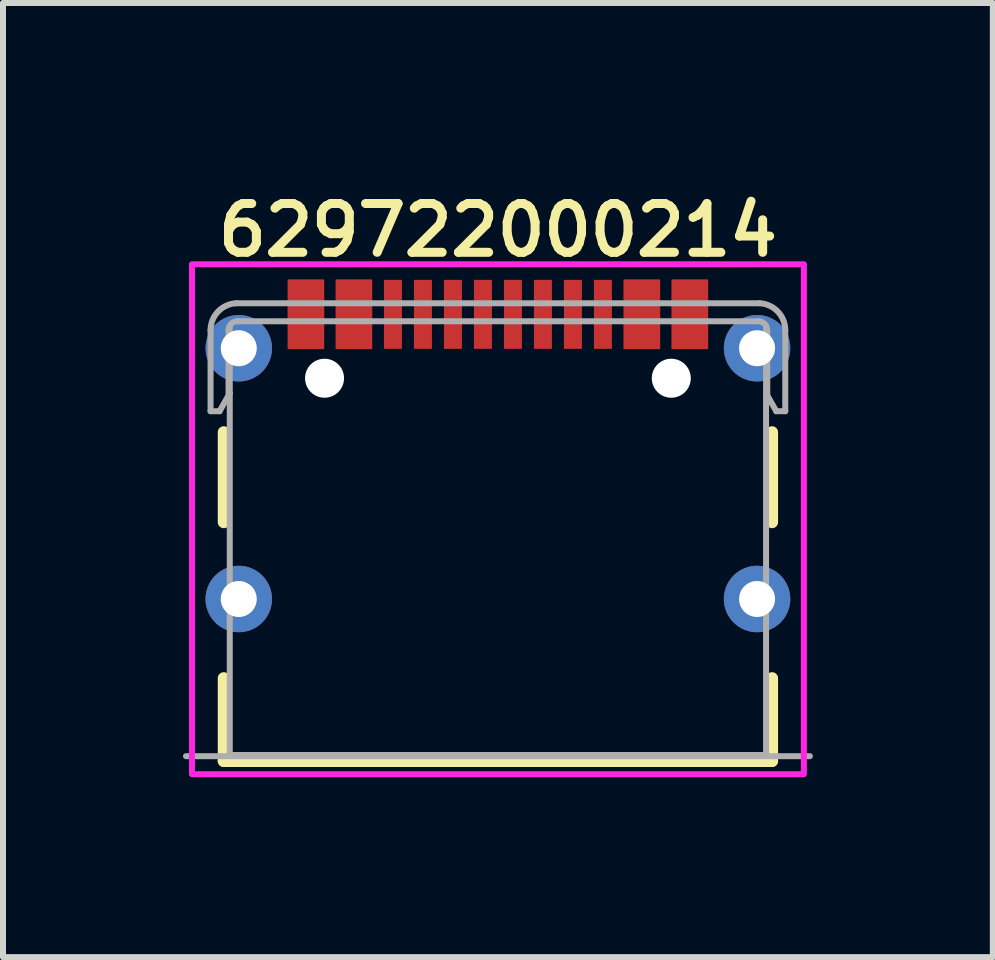
<source format=kicad_pcb>
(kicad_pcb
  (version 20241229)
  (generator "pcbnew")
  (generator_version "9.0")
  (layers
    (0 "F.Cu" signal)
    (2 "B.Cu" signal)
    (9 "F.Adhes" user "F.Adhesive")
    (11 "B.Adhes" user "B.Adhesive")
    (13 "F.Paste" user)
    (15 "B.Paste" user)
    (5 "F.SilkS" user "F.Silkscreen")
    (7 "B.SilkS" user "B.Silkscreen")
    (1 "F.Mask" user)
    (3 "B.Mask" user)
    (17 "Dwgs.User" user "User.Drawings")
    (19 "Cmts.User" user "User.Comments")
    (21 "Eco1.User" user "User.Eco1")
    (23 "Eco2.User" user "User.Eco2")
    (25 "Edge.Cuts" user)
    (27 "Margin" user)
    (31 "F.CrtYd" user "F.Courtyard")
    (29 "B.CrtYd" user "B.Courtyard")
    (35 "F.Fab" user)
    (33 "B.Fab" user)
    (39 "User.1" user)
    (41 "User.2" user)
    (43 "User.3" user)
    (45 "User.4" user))
  (footprint "629722000214"
    (layer "F.Cu")
    (at 5.25 6.935)
    (property "Reference" "629722000214" (at 0 -5.672 0) (layer "F.SilkS") (effects (font (size 0.813 0.813) (thickness 0.15)) (justify bottom)))
    (fp_poly (pts (xy -3.5 -5.32) (xy -3.5 -4.17) (xy -2.9 -4.17) (xy -2.9 -5.32) (xy -3.5 -5.32)) (stroke (width 0.01) (type solid)) (fill yes) (layer "F.Cu"))
    (fp_poly (pts (xy -2.7 -5.32) (xy -2.7 -4.17) (xy -2.1 -4.17) (xy -2.1 -5.32) (xy -2.7 -5.32)) (stroke (width 0.01) (type solid)) (fill yes) (layer "F.Cu"))
    (fp_poly (pts (xy 2.1 -5.32) (xy 2.1 -4.17) (xy 2.7 -4.17) (xy 2.7 -5.32) (xy 2.1 -5.32)) (stroke (width 0.01) (type solid)) (fill yes) (layer "F.Cu"))
    (fp_poly (pts (xy 2.9 -5.32) (xy 2.9 -4.17) (xy 3.5 -4.17) (xy 3.5 -5.32) (xy 2.9 -5.32)) (stroke (width 0.01) (type solid)) (fill yes) (layer "F.Cu"))
    (fp_poly (pts (xy -3.6 -5.42) (xy -3.6 -4.07) (xy -2.8 -4.07) (xy -2.8 -5.42) (xy -3.6 -5.42)) (stroke (width 0.01) (type solid)) (fill yes) (layer "F.Mask"))
    (fp_poly (pts (xy -2.8 -5.42) (xy -2.8 -4.07) (xy -2 -4.07) (xy -2 -5.42) (xy -2.8 -5.42)) (stroke (width 0.01) (type solid)) (fill yes) (layer "F.Mask"))
    (fp_poly (pts (xy 2 -5.42) (xy 2 -4.07) (xy 2.8 -4.07) (xy 2.8 -5.42) (xy 2 -5.42)) (stroke (width 0.01) (type solid)) (fill yes) (layer "F.Mask"))
    (fp_poly (pts (xy 2.8 -5.42) (xy 2.8 -4.07) (xy 3.6 -4.07) (xy 3.6 -5.42) (xy 2.8 -5.42)) (stroke (width 0.01) (type solid)) (fill yes) (layer "F.Mask"))
    (fp_poly (pts (xy -3.72 -3.63) (xy -3.721 -3.604) (xy -3.725 -3.552) (xy -3.734 -3.5) (xy -3.748 -3.45) (xy -3.766 -3.4) (xy -3.788 -3.353) (xy -3.814 -3.308) (xy -3.844 -3.265) (xy -3.878 -3.225) (xy -3.915 -3.188) (xy -3.955 -3.154) (xy -3.998 -3.124) (xy -4.043 -3.098) (xy -4.09 -3.076) (xy -4.14 -3.058) (xy -4.19 -3.044) (xy -4.242 -3.035) (xy -4.294 -3.031) (xy -4.346 -3.031) (xy -4.398 -3.035) (xy -4.45 -3.044) (xy -4.5 -3.058) (xy -4.55 -3.076) (xy -4.597 -3.098) (xy -4.642 -3.124) (xy -4.685 -3.154) (xy -4.725 -3.188) (xy -4.762 -3.225) (xy -4.796 -3.265) (xy -4.826 -3.308) (xy -4.852 -3.353) (xy -4.874 -3.4) (xy -4.892 -3.45) (xy -4.906 -3.5) (xy -4.915 -3.552) (xy -4.92 -3.63) (xy -4.92 -4.73) (xy -4.919 -4.756) (xy -4.915 -4.808) (xy -4.906 -4.86) (xy -4.892 -4.91) (xy -4.874 -4.96) (xy -4.852 -5.007) (xy -4.826 -5.052) (xy -4.796 -5.095) (xy -4.762 -5.135) (xy -4.725 -5.172) (xy -4.685 -5.206) (xy -4.642 -5.236) (xy -4.597 -5.262) (xy -4.55 -5.284) (xy -4.5 -5.302) (xy -4.45 -5.316) (xy -4.398 -5.325) (xy -4.346 -5.329) (xy -4.294 -5.329) (xy -4.242 -5.325) (xy -4.19 -5.316) (xy -4.14 -5.302) (xy -4.09 -5.284) (xy -4.043 -5.262) (xy -3.998 -5.236) (xy -3.955 -5.206) (xy -3.915 -5.172) (xy -3.878 -5.135) (xy -3.844 -5.095) (xy -3.814 -5.052) (xy -3.788 -5.007) (xy -3.766 -4.96) (xy -3.748 -4.91) (xy -3.734 -4.86) (xy -3.725 -4.808) (xy -3.72 -4.73) (xy -3.72 -3.63)) (stroke (width 0.1) (type solid)) (fill yes) (layer "F.Mask"))
    (fp_poly (pts (xy -3.72 0.4) (xy -3.721 0.426) (xy -3.725 0.478) (xy -3.734 0.53) (xy -3.748 0.58) (xy -3.766 0.63) (xy -3.788 0.677) (xy -3.814 0.722) (xy -3.844 0.765) (xy -3.878 0.805) (xy -3.915 0.842) (xy -3.955 0.876) (xy -3.998 0.906) (xy -4.043 0.932) (xy -4.09 0.954) (xy -4.14 0.972) (xy -4.19 0.986) (xy -4.242 0.995) (xy -4.294 0.999) (xy -4.346 0.999) (xy -4.398 0.995) (xy -4.45 0.986) (xy -4.5 0.972) (xy -4.55 0.954) (xy -4.597 0.932) (xy -4.642 0.906) (xy -4.685 0.876) (xy -4.725 0.842) (xy -4.762 0.805) (xy -4.796 0.765) (xy -4.826 0.722) (xy -4.852 0.677) (xy -4.874 0.63) (xy -4.892 0.58) (xy -4.906 0.53) (xy -4.915 0.478) (xy -4.92 0.4) (xy -4.92 -0.4) (xy -4.919 -0.426) (xy -4.915 -0.478) (xy -4.906 -0.53) (xy -4.892 -0.58) (xy -4.874 -0.63) (xy -4.852 -0.677) (xy -4.826 -0.722) (xy -4.796 -0.765) (xy -4.762 -0.805) (xy -4.725 -0.842) (xy -4.685 -0.876) (xy -4.642 -0.906) (xy -4.597 -0.932) (xy -4.55 -0.954) (xy -4.5 -0.972) (xy -4.45 -0.986) (xy -4.398 -0.995) (xy -4.346 -0.999) (xy -4.294 -0.999) (xy -4.242 -0.995) (xy -4.19 -0.986) (xy -4.14 -0.972) (xy -4.09 -0.954) (xy -4.043 -0.932) (xy -3.998 -0.906) (xy -3.955 -0.876) (xy -3.915 -0.842) (xy -3.878 -0.805) (xy -3.844 -0.765) (xy -3.814 -0.722) (xy -3.788 -0.677) (xy -3.766 -0.63) (xy -3.748 -0.58) (xy -3.734 -0.53) (xy -3.725 -0.478) (xy -3.72 -0.4) (xy -3.72 0.4)) (stroke (width 0.1) (type solid)) (fill yes) (layer "F.Mask"))
    (fp_poly (pts (xy 3.72 -3.63) (xy 3.725 -3.552) (xy 3.734 -3.5) (xy 3.748 -3.45) (xy 3.766 -3.4) (xy 3.788 -3.353) (xy 3.814 -3.308) (xy 3.844 -3.265) (xy 3.878 -3.225) (xy 3.915 -3.188) (xy 3.955 -3.154) (xy 3.998 -3.124) (xy 4.043 -3.098) (xy 4.09 -3.076) (xy 4.14 -3.058) (xy 4.19 -3.044) (xy 4.242 -3.035) (xy 4.294 -3.031) (xy 4.346 -3.031) (xy 4.398 -3.035) (xy 4.45 -3.044) (xy 4.5 -3.058) (xy 4.55 -3.076) (xy 4.597 -3.098) (xy 4.642 -3.124) (xy 4.685 -3.154) (xy 4.725 -3.188) (xy 4.762 -3.225) (xy 4.796 -3.265) (xy 4.826 -3.308) (xy 4.852 -3.353) (xy 4.874 -3.4) (xy 4.892 -3.45) (xy 4.906 -3.5) (xy 4.915 -3.552) (xy 4.919 -3.604) (xy 4.92 -3.63) (xy 4.92 -4.73) (xy 4.915 -4.808) (xy 4.906 -4.86) (xy 4.892 -4.91) (xy 4.874 -4.96) (xy 4.852 -5.007) (xy 4.826 -5.052) (xy 4.796 -5.095) (xy 4.762 -5.135) (xy 4.725 -5.172) (xy 4.685 -5.206) (xy 4.642 -5.236) (xy 4.597 -5.262) (xy 4.55 -5.284) (xy 4.5 -5.302) (xy 4.45 -5.316) (xy 4.398 -5.325) (xy 4.346 -5.329) (xy 4.294 -5.329) (xy 4.242 -5.325) (xy 4.19 -5.316) (xy 4.14 -5.302) (xy 4.09 -5.284) (xy 4.043 -5.262) (xy 3.998 -5.236) (xy 3.955 -5.206) (xy 3.915 -5.172) (xy 3.878 -5.135) (xy 3.844 -5.095) (xy 3.814 -5.052) (xy 3.788 -5.007) (xy 3.766 -4.96) (xy 3.748 -4.91) (xy 3.734 -4.86) (xy 3.725 -4.808) (xy 3.721 -4.756) (xy 3.72 -4.73) (xy 3.72 -3.63)) (stroke (width 0.1) (type solid)) (fill yes) (layer "F.Mask"))
    (fp_poly (pts (xy 3.72 0.4) (xy 3.725 0.478) (xy 3.734 0.53) (xy 3.748 0.58) (xy 3.766 0.63) (xy 3.788 0.677) (xy 3.814 0.722) (xy 3.844 0.765) (xy 3.878 0.805) (xy 3.915 0.842) (xy 3.955 0.876) (xy 3.998 0.906) (xy 4.043 0.932) (xy 4.09 0.954) (xy 4.14 0.972) (xy 4.19 0.986) (xy 4.242 0.995) (xy 4.294 0.999) (xy 4.346 0.999) (xy 4.398 0.995) (xy 4.45 0.986) (xy 4.5 0.972) (xy 4.55 0.954) (xy 4.597 0.932) (xy 4.642 0.906) (xy 4.685 0.876) (xy 4.725 0.842) (xy 4.762 0.805) (xy 4.796 0.765) (xy 4.826 0.722) (xy 4.852 0.677) (xy 4.874 0.63) (xy 4.892 0.58) (xy 4.906 0.53) (xy 4.915 0.478) (xy 4.919 0.426) (xy 4.92 0.4) (xy 4.92 -0.4) (xy 4.915 -0.478) (xy 4.906 -0.53) (xy 4.892 -0.58) (xy 4.874 -0.63) (xy 4.852 -0.677) (xy 4.826 -0.722) (xy 4.796 -0.765) (xy 4.762 -0.805) (xy 4.725 -0.842) (xy 4.685 -0.876) (xy 4.642 -0.906) (xy 4.597 -0.932) (xy 4.55 -0.954) (xy 4.5 -0.972) (xy 4.45 -0.986) (xy 4.398 -0.995) (xy 4.346 -0.999) (xy 4.294 -0.999) (xy 4.242 -0.995) (xy 4.19 -0.986) (xy 4.14 -0.972) (xy 4.09 -0.954) (xy 4.043 -0.932) (xy 3.998 -0.906) (xy 3.955 -0.876) (xy 3.915 -0.842) (xy 3.878 -0.805) (xy 3.844 -0.765) (xy 3.814 -0.722) (xy 3.788 -0.677) (xy 3.766 -0.63) (xy 3.748 -0.58) (xy 3.734 -0.53) (xy 3.725 -0.478) (xy 3.721 -0.426) (xy 3.72 -0.4) (xy 3.72 0.4)) (stroke (width 0.1) (type solid)) (fill yes) (layer "F.Mask"))
    (fp_poly (pts (xy -3.72 -3.63) (xy -3.721 -3.604) (xy -3.725 -3.552) (xy -3.734 -3.5) (xy -3.748 -3.45) (xy -3.766 -3.4) (xy -3.788 -3.353) (xy -3.814 -3.308) (xy -3.844 -3.265) (xy -3.878 -3.225) (xy -3.915 -3.188) (xy -3.955 -3.154) (xy -3.998 -3.124) (xy -4.043 -3.098) (xy -4.09 -3.076) (xy -4.14 -3.058) (xy -4.19 -3.044) (xy -4.242 -3.035) (xy -4.294 -3.031) (xy -4.346 -3.031) (xy -4.398 -3.035) (xy -4.45 -3.044) (xy -4.5 -3.058) (xy -4.55 -3.076) (xy -4.597 -3.098) (xy -4.642 -3.124) (xy -4.685 -3.154) (xy -4.725 -3.188) (xy -4.762 -3.225) (xy -4.796 -3.265) (xy -4.826 -3.308) (xy -4.852 -3.353) (xy -4.874 -3.4) (xy -4.892 -3.45) (xy -4.906 -3.5) (xy -4.915 -3.552) (xy -4.92 -3.63) (xy -4.92 -4.73) (xy -4.919 -4.756) (xy -4.915 -4.808) (xy -4.906 -4.86) (xy -4.892 -4.91) (xy -4.874 -4.96) (xy -4.852 -5.007) (xy -4.826 -5.052) (xy -4.796 -5.095) (xy -4.762 -5.135) (xy -4.725 -5.172) (xy -4.685 -5.206) (xy -4.642 -5.236) (xy -4.597 -5.262) (xy -4.55 -5.284) (xy -4.5 -5.302) (xy -4.45 -5.316) (xy -4.398 -5.325) (xy -4.346 -5.329) (xy -4.294 -5.329) (xy -4.242 -5.325) (xy -4.19 -5.316) (xy -4.14 -5.302) (xy -4.09 -5.284) (xy -4.043 -5.262) (xy -3.998 -5.236) (xy -3.955 -5.206) (xy -3.915 -5.172) (xy -3.878 -5.135) (xy -3.844 -5.095) (xy -3.814 -5.052) (xy -3.788 -5.007) (xy -3.766 -4.96) (xy -3.748 -4.91) (xy -3.734 -4.86) (xy -3.725 -4.808) (xy -3.72 -4.73) (xy -3.72 -3.63)) (stroke (width 0.1) (type solid)) (fill yes) (layer "B.Mask"))
    (fp_poly (pts (xy -3.72 0.4) (xy -3.721 0.426) (xy -3.725 0.478) (xy -3.734 0.53) (xy -3.748 0.58) (xy -3.766 0.63) (xy -3.788 0.677) (xy -3.814 0.722) (xy -3.844 0.765) (xy -3.878 0.805) (xy -3.915 0.842) (xy -3.955 0.876) (xy -3.998 0.906) (xy -4.043 0.932) (xy -4.09 0.954) (xy -4.14 0.972) (xy -4.19 0.986) (xy -4.242 0.995) (xy -4.294 0.999) (xy -4.346 0.999) (xy -4.398 0.995) (xy -4.45 0.986) (xy -4.5 0.972) (xy -4.55 0.954) (xy -4.597 0.932) (xy -4.642 0.906) (xy -4.685 0.876) (xy -4.725 0.842) (xy -4.762 0.805) (xy -4.796 0.765) (xy -4.826 0.722) (xy -4.852 0.677) (xy -4.874 0.63) (xy -4.892 0.58) (xy -4.906 0.53) (xy -4.915 0.478) (xy -4.92 0.4) (xy -4.92 -0.4) (xy -4.919 -0.426) (xy -4.915 -0.478) (xy -4.906 -0.53) (xy -4.892 -0.58) (xy -4.874 -0.63) (xy -4.852 -0.677) (xy -4.826 -0.722) (xy -4.796 -0.765) (xy -4.762 -0.805) (xy -4.725 -0.842) (xy -4.685 -0.876) (xy -4.642 -0.906) (xy -4.597 -0.932) (xy -4.55 -0.954) (xy -4.5 -0.972) (xy -4.45 -0.986) (xy -4.398 -0.995) (xy -4.346 -0.999) (xy -4.294 -0.999) (xy -4.242 -0.995) (xy -4.19 -0.986) (xy -4.14 -0.972) (xy -4.09 -0.954) (xy -4.043 -0.932) (xy -3.998 -0.906) (xy -3.955 -0.876) (xy -3.915 -0.842) (xy -3.878 -0.805) (xy -3.844 -0.765) (xy -3.814 -0.722) (xy -3.788 -0.677) (xy -3.766 -0.63) (xy -3.748 -0.58) (xy -3.734 -0.53) (xy -3.725 -0.478) (xy -3.72 -0.4) (xy -3.72 0.4)) (stroke (width 0.1) (type solid)) (fill yes) (layer "B.Mask"))
    (fp_poly (pts (xy 3.72 -3.63) (xy 3.725 -3.552) (xy 3.734 -3.5) (xy 3.748 -3.45) (xy 3.766 -3.4) (xy 3.788 -3.353) (xy 3.814 -3.308) (xy 3.844 -3.265) (xy 3.878 -3.225) (xy 3.915 -3.188) (xy 3.955 -3.154) (xy 3.998 -3.124) (xy 4.043 -3.098) (xy 4.09 -3.076) (xy 4.14 -3.058) (xy 4.19 -3.044) (xy 4.242 -3.035) (xy 4.294 -3.031) (xy 4.346 -3.031) (xy 4.398 -3.035) (xy 4.45 -3.044) (xy 4.5 -3.058) (xy 4.55 -3.076) (xy 4.597 -3.098) (xy 4.642 -3.124) (xy 4.685 -3.154) (xy 4.725 -3.188) (xy 4.762 -3.225) (xy 4.796 -3.265) (xy 4.826 -3.308) (xy 4.852 -3.353) (xy 4.874 -3.4) (xy 4.892 -3.45) (xy 4.906 -3.5) (xy 4.915 -3.552) (xy 4.919 -3.604) (xy 4.92 -3.63) (xy 4.92 -4.73) (xy 4.915 -4.808) (xy 4.906 -4.86) (xy 4.892 -4.91) (xy 4.874 -4.96) (xy 4.852 -5.007) (xy 4.826 -5.052) (xy 4.796 -5.095) (xy 4.762 -5.135) (xy 4.725 -5.172) (xy 4.685 -5.206) (xy 4.642 -5.236) (xy 4.597 -5.262) (xy 4.55 -5.284) (xy 4.5 -5.302) (xy 4.45 -5.316) (xy 4.398 -5.325) (xy 4.346 -5.329) (xy 4.294 -5.329) (xy 4.242 -5.325) (xy 4.19 -5.316) (xy 4.14 -5.302) (xy 4.09 -5.284) (xy 4.043 -5.262) (xy 3.998 -5.236) (xy 3.955 -5.206) (xy 3.915 -5.172) (xy 3.878 -5.135) (xy 3.844 -5.095) (xy 3.814 -5.052) (xy 3.788 -5.007) (xy 3.766 -4.96) (xy 3.748 -4.91) (xy 3.734 -4.86) (xy 3.725 -4.808) (xy 3.721 -4.756) (xy 3.72 -4.73) (xy 3.72 -3.63)) (stroke (width 0.1) (type solid)) (fill yes) (layer "B.Mask"))
    (fp_poly (pts (xy 3.72 0.4) (xy 3.725 0.478) (xy 3.734 0.53) (xy 3.748 0.58) (xy 3.766 0.63) (xy 3.788 0.677) (xy 3.814 0.722) (xy 3.844 0.765) (xy 3.878 0.805) (xy 3.915 0.842) (xy 3.955 0.876) (xy 3.998 0.906) (xy 4.043 0.932) (xy 4.09 0.954) (xy 4.14 0.972) (xy 4.19 0.986) (xy 4.242 0.995) (xy 4.294 0.999) (xy 4.346 0.999) (xy 4.398 0.995) (xy 4.45 0.986) (xy 4.5 0.972) (xy 4.55 0.954) (xy 4.597 0.932) (xy 4.642 0.906) (xy 4.685 0.876) (xy 4.725 0.842) (xy 4.762 0.805) (xy 4.796 0.765) (xy 4.826 0.722) (xy 4.852 0.677) (xy 4.874 0.63) (xy 4.892 0.58) (xy 4.906 0.53) (xy 4.915 0.478) (xy 4.919 0.426) (xy 4.92 0.4) (xy 4.92 -0.4) (xy 4.915 -0.478) (xy 4.906 -0.53) (xy 4.892 -0.58) (xy 4.874 -0.63) (xy 4.852 -0.677) (xy 4.826 -0.722) (xy 4.796 -0.765) (xy 4.762 -0.805) (xy 4.725 -0.842) (xy 4.685 -0.876) (xy 4.642 -0.906) (xy 4.597 -0.932) (xy 4.55 -0.954) (xy 4.5 -0.972) (xy 4.45 -0.986) (xy 4.398 -0.995) (xy 4.346 -0.999) (xy 4.294 -0.999) (xy 4.242 -0.995) (xy 4.19 -0.986) (xy 4.14 -0.972) (xy 4.09 -0.954) (xy 4.043 -0.932) (xy 3.998 -0.906) (xy 3.955 -0.876) (xy 3.915 -0.842) (xy 3.878 -0.805) (xy 3.844 -0.765) (xy 3.814 -0.722) (xy 3.788 -0.677) (xy 3.766 -0.63) (xy 3.748 -0.58) (xy 3.734 -0.53) (xy 3.725 -0.478) (xy 3.721 -0.426) (xy 3.72 -0.4) (xy 3.72 0.4)) (stroke (width 0.1) (type solid)) (fill yes) (layer "B.Mask"))
    (fp_line (start -4.57 -2.78) (end -4.57 -1.28) (stroke (width 0.2) (type solid)) (layer "F.SilkS"))
    (fp_line (start -4.57 1.32) (end -4.57 2.7) (stroke (width 0.2) (type solid)) (layer "F.SilkS"))
    (fp_line (start -4.57 2.7) (end 4.57 2.7) (stroke (width 0.2) (type solid)) (layer "F.SilkS"))
    (fp_line (start 4.57 -1.28) (end 4.57 -2.78) (stroke (width 0.2) (type solid)) (layer "F.SilkS"))
    (fp_line (start 4.57 2.7) (end 4.57 1.32) (stroke (width 0.2) (type solid)) (layer "F.SilkS"))
    (fp_poly (pts (xy -3.5 -5.32) (xy -3.5 -4.17) (xy -2.9 -4.17) (xy -2.9 -5.32) (xy -3.5 -5.32)) (stroke (width 0.01) (type solid)) (fill yes) (layer "F.Paste"))
    (fp_poly (pts (xy -2.7 -5.32) (xy -2.7 -4.17) (xy -2.1 -4.17) (xy -2.1 -5.32) (xy -2.7 -5.32)) (stroke (width 0.01) (type solid)) (fill yes) (layer "F.Paste"))
    (fp_poly (pts (xy 2.1 -5.32) (xy 2.1 -4.17) (xy 2.7 -4.17) (xy 2.7 -5.32) (xy 2.1 -5.32)) (stroke (width 0.01) (type solid)) (fill yes) (layer "F.Paste"))
    (fp_poly (pts (xy 2.9 -5.32) (xy 2.9 -4.17) (xy 3.5 -4.17) (xy 3.5 -5.32) (xy 2.9 -5.32)) (stroke (width 0.01) (type solid)) (fill yes) (layer "F.Paste"))
    (fp_poly (pts (xy -5.1 -5.58) (xy -5.1 2.92) (xy 5.1 2.92) (xy 5.1 -5.58) (xy -5.1 -5.58)) (stroke (width 0.1) (type solid)) (fill no) (layer "F.CrtYd"))
    (fp_line (start -5.2 2.62) (end 5.2 2.62) (stroke (width 0.1) (type solid)) (layer "F.Fab"))
    (fp_line (start -4.79 -4.48) (end -4.79 -3.13) (stroke (width 0.1) (type solid)) (layer "F.Fab"))
    (fp_line (start -4.79 -3.13) (end -4.64 -3.13) (stroke (width 0.1) (type solid)) (layer "F.Fab"))
    (fp_line (start -4.64 -3.13) (end -4.47 -3.43) (stroke (width 0.1) (type solid)) (layer "F.Fab"))
    (fp_line (start -4.49 -4.48) (end -4.49 -3.395) (stroke (width 0.1) (type solid)) (layer "F.Fab"))
    (fp_line (start -4.47 -4.55) (end -4.47 -3.43) (stroke (width 0.1) (type solid)) (layer "F.Fab"))
    (fp_line (start -4.47 -3.43) (end -4.47 2.6) (stroke (width 0.1) (type solid)) (layer "F.Fab"))
    (fp_line (start -4.47 2.6) (end 4.47 2.6) (stroke (width 0.1) (type solid)) (layer "F.Fab"))
    (fp_line (start -4.34 -4.63) (end 4.34 -4.63) (stroke (width 0.1) (type solid)) (layer "F.Fab"))
    (fp_line (start 4.36 -4.93) (end -4.36 -4.93) (stroke (width 0.1) (type solid)) (layer "F.Fab"))
    (fp_line (start 4.47 -4.55) (end 4.47 -3.43) (stroke (width 0.1) (type solid)) (layer "F.Fab"))
    (fp_line (start 4.47 -3.43) (end 4.47 2.6) (stroke (width 0.1) (type solid)) (layer "F.Fab"))
    (fp_line (start 4.49 -4.48) (end 4.49 -3.395) (stroke (width 0.1) (type solid)) (layer "F.Fab"))
    (fp_line (start 4.64 -3.13) (end 4.47 -3.43) (stroke (width 0.1) (type solid)) (layer "F.Fab"))
    (fp_line (start 4.79 -4.48) (end 4.79 -3.13) (stroke (width 0.1) (type solid)) (layer "F.Fab"))
    (fp_line (start 4.79 -3.13) (end 4.64 -3.13) (stroke (width 0.1) (type solid)) (layer "F.Fab"))
    (fp_arc (start -4.79 -4.48) (mid -4.665284 -4.791272) (end -4.36 -4.93) (stroke (width 0.1) (type solid)) (layer "F.Fab"))
    (fp_arc (start -4.49 -4.48) (mid -4.446066 -4.586066) (end -4.34 -4.63) (stroke (width 0.1) (type solid)) (layer "F.Fab"))
    (fp_arc (start 4.34 -4.63) (mid 4.446066 -4.586066) (end 4.49 -4.48) (stroke (width 0.1) (type solid)) (layer "F.Fab"))
    (fp_arc (start 4.36 -4.93) (mid 4.665284 -4.791272) (end 4.79 -4.48) (stroke (width 0.1) (type solid)) (layer "F.Fab"))
    (pad "" np_thru_hole circle (at -2.89 -3.68) (size 0.65 0.65) (drill 0.65) (layers "*.Cu"))
    (pad "" np_thru_hole circle (at 2.89 -3.68) (size 0.65 0.65) (drill 0.65) (layers "*.Cu"))
    (pad "A1" smd rect (at -3.35 -4.745) (size 0.3 1.15) (layers "F.Cu"))
    (pad "A4" smd rect (at -2.55 -4.745) (size 0.3 1.15) (layers "F.Cu"))
    (pad "A5" smd rect (at -1.25 -4.745) (size 0.3 1.15) (layers "F.Cu" "F.Mask" "F.Paste"))
    (pad "A6" smd rect (at -0.25 -4.745) (size 0.3 1.15) (layers "F.Cu" "F.Mask" "F.Paste"))
    (pad "A7" smd rect (at 0.25 -4.745) (size 0.3 1.15) (layers "F.Cu" "F.Mask" "F.Paste"))
    (pad "A8" smd rect (at 1.25 -4.745) (size 0.3 1.15) (layers "F.Cu" "F.Mask" "F.Paste"))
    (pad "A9" smd rect (at 2.55 -4.745) (size 0.3 1.15) (layers "F.Cu"))
    (pad "A12" smd rect (at 3.35 -4.745) (size 0.3 1.15) (layers "F.Cu"))
    (pad "B1" smd rect (at 3.05 -4.745) (size 0.3 1.15) (layers "F.Cu"))
    (pad "B4" smd rect (at 2.25 -4.745) (size 0.3 1.15) (layers "F.Cu"))
    (pad "B5" smd rect (at 1.75 -4.745) (size 0.3 1.15) (layers "F.Cu" "F.Mask" "F.Paste"))
    (pad "B6" smd rect (at 0.75 -4.745) (size 0.3 1.15) (layers "F.Cu" "F.Mask" "F.Paste"))
    (pad "B7" smd rect (at -0.75 -4.745) (size 0.3 1.15) (layers "F.Cu" "F.Mask" "F.Paste"))
    (pad "B8" smd rect (at -1.75 -4.745) (size 0.3 1.15) (layers "F.Cu" "F.Mask" "F.Paste"))
    (pad "B9" smd rect (at -2.25 -4.745) (size 0.3 1.15) (layers "F.Cu"))
    (pad "B12" smd rect (at -3.05 -4.745) (size 0.3 1.15) (layers "F.Cu"))
    (pad "S1" thru_hole circle (at -4.32 -4.18) (size 1.108 1.108) (drill 0.6) (layers "*.Cu"))
    (pad "S2" thru_hole circle (at 4.32 -4.18 180) (size 1.108 1.108) (drill 0.6) (layers "*.Cu"))
    (pad "S3" thru_hole circle (at -4.32 0) (size 1.108 1.108) (drill 0.6) (layers "*.Cu"))
    (pad "S4" thru_hole circle (at 4.32 0 180) (size 1.108 1.108) (drill 0.6) (layers "*.Cu")))
  (gr_rect
    (start -3 -3)
    (end 13.5 12.905)
    (stroke (width 0.1) (type default))
    (fill no)
    (layer "Edge.Cuts")))
</source>
